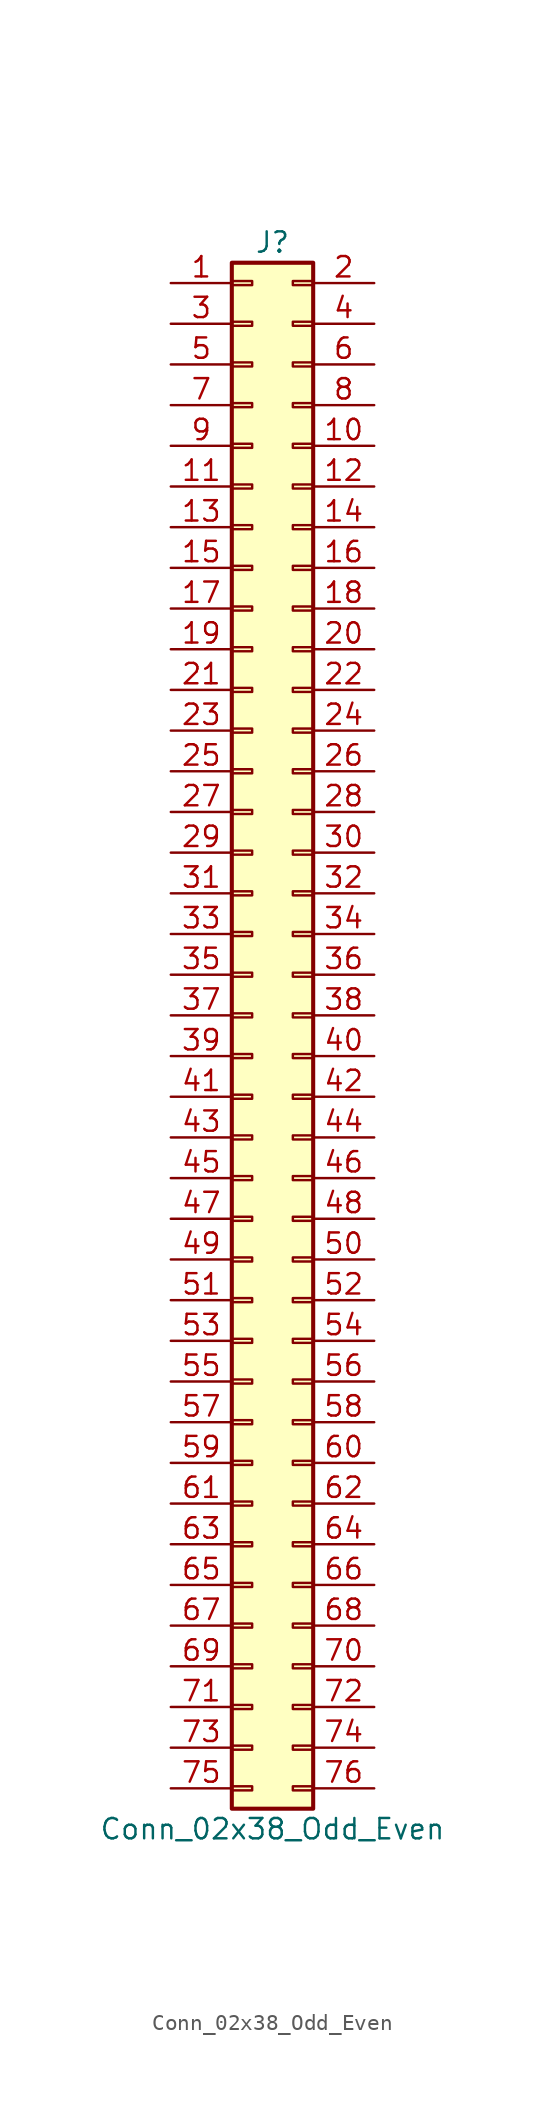
<source format=kicad_sym>
(kicad_symbol_lib
  (version 20201005)
  (generator kicad_symbol_editor)
  (symbol "Conn_02x38_Odd_Even"
    (pin_names
      (offset 1.016) hide)
    (property "Reference" "J"
      (at 1.27 48.26 0)
      (effects (font (size 1.27 1.27))))
    (property "Value" "Conn_02x38_Odd_Even"
      (at 1.27 -50.8 0)
      (effects (font (size 1.27 1.27))))
    (symbol "Conn_02x38_Odd_Even_1_1"
      (rectangle (start -1.27 -48.133) (end 0 -48.387) (stroke (width 0.152)) (fill (type none)))
      (rectangle (start -1.27 -45.593) (end 0 -45.847) (stroke (width 0.152)) (fill (type none)))
      (rectangle (start -1.27 -43.053) (end 0 -43.307) (stroke (width 0.152)) (fill (type none)))
      (rectangle (start -1.27 -40.513) (end 0 -40.767) (stroke (width 0.152)) (fill (type none)))
      (rectangle (start -1.27 -37.973) (end 0 -38.227) (stroke (width 0.152)) (fill (type none)))
      (rectangle (start -1.27 -35.433) (end 0 -35.687) (stroke (width 0.152)) (fill (type none)))
      (rectangle (start -1.27 -32.893) (end 0 -33.147) (stroke (width 0.152)) (fill (type none)))
      (rectangle (start -1.27 -30.353) (end 0 -30.607) (stroke (width 0.152)) (fill (type none)))
      (rectangle (start -1.27 -27.813) (end 0 -28.067) (stroke (width 0.152)) (fill (type none)))
      (rectangle (start -1.27 -25.273) (end 0 -25.527) (stroke (width 0.152)) (fill (type none)))
      (rectangle (start -1.27 -22.733) (end 0 -22.987) (stroke (width 0.152)) (fill (type none)))
      (rectangle (start -1.27 -20.193) (end 0 -20.447) (stroke (width 0.152)) (fill (type none)))
      (rectangle (start -1.27 -17.653) (end 0 -17.907) (stroke (width 0.152)) (fill (type none)))
      (rectangle (start -1.27 -15.113) (end 0 -15.367) (stroke (width 0.152)) (fill (type none)))
      (rectangle (start -1.27 -12.573) (end 0 -12.827) (stroke (width 0.152)) (fill (type none)))
      (rectangle (start -1.27 -10.033) (end 0 -10.287) (stroke (width 0.152)) (fill (type none)))
      (rectangle (start -1.27 -7.493) (end 0 -7.747) (stroke (width 0.152)) (fill (type none)))
      (rectangle (start -1.27 -4.953) (end 0 -5.207) (stroke (width 0.152)) (fill (type none)))
      (rectangle (start -1.27 -2.413) (end 0 -2.667) (stroke (width 0.152)) (fill (type none)))
      (rectangle (start -1.27 0.127) (end 0 -0.127) (stroke (width 0.152)) (fill (type none)))
      (rectangle (start -1.27 2.667) (end 0 2.413) (stroke (width 0.152)) (fill (type none)))
      (rectangle (start -1.27 5.207) (end 0 4.953) (stroke (width 0.152)) (fill (type none)))
      (rectangle (start -1.27 7.747) (end 0 7.493) (stroke (width 0.152)) (fill (type none)))
      (rectangle (start -1.27 10.287) (end 0 10.033) (stroke (width 0.152)) (fill (type none)))
      (rectangle (start -1.27 12.827) (end 0 12.573) (stroke (width 0.152)) (fill (type none)))
      (rectangle (start -1.27 15.367) (end 0 15.113) (stroke (width 0.152)) (fill (type none)))
      (rectangle (start -1.27 17.907) (end 0 17.653) (stroke (width 0.152)) (fill (type none)))
      (rectangle (start -1.27 20.447) (end 0 20.193) (stroke (width 0.152)) (fill (type none)))
      (rectangle (start -1.27 22.987) (end 0 22.733) (stroke (width 0.152)) (fill (type none)))
      (rectangle (start -1.27 25.527) (end 0 25.273) (stroke (width 0.152)) (fill (type none)))
      (rectangle (start -1.27 28.067) (end 0 27.813) (stroke (width 0.152)) (fill (type none)))
      (rectangle (start -1.27 30.607) (end 0 30.353) (stroke (width 0.152)) (fill (type none)))
      (rectangle (start -1.27 33.147) (end 0 32.893) (stroke (width 0.152)) (fill (type none)))
      (rectangle (start -1.27 35.687) (end 0 35.433) (stroke (width 0.152)) (fill (type none)))
      (rectangle (start -1.27 38.227) (end 0 37.973) (stroke (width 0.152)) (fill (type none)))
      (rectangle (start -1.27 40.767) (end 0 40.513) (stroke (width 0.152)) (fill (type none)))
      (rectangle (start -1.27 43.307) (end 0 43.053) (stroke (width 0.152)) (fill (type none)))
      (rectangle (start -1.27 45.847) (end 0 45.593) (stroke (width 0.152)) (fill (type none)))
      (rectangle (start -1.27 46.99) (end 3.81 -49.53) (stroke (width 0.254)) (fill (type background)))
      (rectangle (start 3.81 -48.133) (end 2.54 -48.387) (stroke (width 0.152)) (fill (type none)))
      (rectangle (start 3.81 -45.593) (end 2.54 -45.847) (stroke (width 0.152)) (fill (type none)))
      (rectangle (start 3.81 -43.053) (end 2.54 -43.307) (stroke (width 0.152)) (fill (type none)))
      (rectangle (start 3.81 -40.513) (end 2.54 -40.767) (stroke (width 0.152)) (fill (type none)))
      (rectangle (start 3.81 -37.973) (end 2.54 -38.227) (stroke (width 0.152)) (fill (type none)))
      (rectangle (start 3.81 -35.433) (end 2.54 -35.687) (stroke (width 0.152)) (fill (type none)))
      (rectangle (start 3.81 -32.893) (end 2.54 -33.147) (stroke (width 0.152)) (fill (type none)))
      (rectangle (start 3.81 -30.353) (end 2.54 -30.607) (stroke (width 0.152)) (fill (type none)))
      (rectangle (start 3.81 -27.813) (end 2.54 -28.067) (stroke (width 0.152)) (fill (type none)))
      (rectangle (start 3.81 -25.273) (end 2.54 -25.527) (stroke (width 0.152)) (fill (type none)))
      (rectangle (start 3.81 -22.733) (end 2.54 -22.987) (stroke (width 0.152)) (fill (type none)))
      (rectangle (start 3.81 -20.193) (end 2.54 -20.447) (stroke (width 0.152)) (fill (type none)))
      (rectangle (start 3.81 -17.653) (end 2.54 -17.907) (stroke (width 0.152)) (fill (type none)))
      (rectangle (start 3.81 -15.113) (end 2.54 -15.367) (stroke (width 0.152)) (fill (type none)))
      (rectangle (start 3.81 -12.573) (end 2.54 -12.827) (stroke (width 0.152)) (fill (type none)))
      (rectangle (start 3.81 -10.033) (end 2.54 -10.287) (stroke (width 0.152)) (fill (type none)))
      (rectangle (start 3.81 -7.493) (end 2.54 -7.747) (stroke (width 0.152)) (fill (type none)))
      (rectangle (start 3.81 -4.953) (end 2.54 -5.207) (stroke (width 0.152)) (fill (type none)))
      (rectangle (start 3.81 -2.413) (end 2.54 -2.667) (stroke (width 0.152)) (fill (type none)))
      (rectangle (start 3.81 0.127) (end 2.54 -0.127) (stroke (width 0.152)) (fill (type none)))
      (rectangle (start 3.81 2.667) (end 2.54 2.413) (stroke (width 0.152)) (fill (type none)))
      (rectangle (start 3.81 5.207) (end 2.54 4.953) (stroke (width 0.152)) (fill (type none)))
      (rectangle (start 3.81 7.747) (end 2.54 7.493) (stroke (width 0.152)) (fill (type none)))
      (rectangle (start 3.81 10.287) (end 2.54 10.033) (stroke (width 0.152)) (fill (type none)))
      (rectangle (start 3.81 12.827) (end 2.54 12.573) (stroke (width 0.152)) (fill (type none)))
      (rectangle (start 3.81 15.367) (end 2.54 15.113) (stroke (width 0.152)) (fill (type none)))
      (rectangle (start 3.81 17.907) (end 2.54 17.653) (stroke (width 0.152)) (fill (type none)))
      (rectangle (start 3.81 20.447) (end 2.54 20.193) (stroke (width 0.152)) (fill (type none)))
      (rectangle (start 3.81 22.987) (end 2.54 22.733) (stroke (width 0.152)) (fill (type none)))
      (rectangle (start 3.81 25.527) (end 2.54 25.273) (stroke (width 0.152)) (fill (type none)))
      (rectangle (start 3.81 28.067) (end 2.54 27.813) (stroke (width 0.152)) (fill (type none)))
      (rectangle (start 3.81 30.607) (end 2.54 30.353) (stroke (width 0.152)) (fill (type none)))
      (rectangle (start 3.81 33.147) (end 2.54 32.893) (stroke (width 0.152)) (fill (type none)))
      (rectangle (start 3.81 35.687) (end 2.54 35.433) (stroke (width 0.152)) (fill (type none)))
      (rectangle (start 3.81 38.227) (end 2.54 37.973) (stroke (width 0.152)) (fill (type none)))
      (rectangle (start 3.81 40.767) (end 2.54 40.513) (stroke (width 0.152)) (fill (type none)))
      (rectangle (start 3.81 43.307) (end 2.54 43.053) (stroke (width 0.152)) (fill (type none)))
      (rectangle (start 3.81 45.847) (end 2.54 45.593) (stroke (width 0.152)) (fill (type none)))
      (pin passive line (at -5.08 45.72 0) (length 3.81) (name "Pin_1" (effects (font (size 1.27 1.27)))) (number "1" (effects (font (size 1.27 1.27)))))
      (pin passive line (at 7.62 35.56 180) (length 3.81) (name "Pin_10" (effects (font (size 1.27 1.27)))) (number "10" (effects (font (size 1.27 1.27)))))
      (pin passive line (at -5.08 33.02 0) (length 3.81) (name "Pin_11" (effects (font (size 1.27 1.27)))) (number "11" (effects (font (size 1.27 1.27)))))
      (pin passive line (at 7.62 33.02 180) (length 3.81) (name "Pin_12" (effects (font (size 1.27 1.27)))) (number "12" (effects (font (size 1.27 1.27)))))
      (pin passive line (at -5.08 30.48 0) (length 3.81) (name "Pin_13" (effects (font (size 1.27 1.27)))) (number "13" (effects (font (size 1.27 1.27)))))
      (pin passive line (at 7.62 30.48 180) (length 3.81) (name "Pin_14" (effects (font (size 1.27 1.27)))) (number "14" (effects (font (size 1.27 1.27)))))
      (pin passive line (at -5.08 27.94 0) (length 3.81) (name "Pin_15" (effects (font (size 1.27 1.27)))) (number "15" (effects (font (size 1.27 1.27)))))
      (pin passive line (at 7.62 27.94 180) (length 3.81) (name "Pin_16" (effects (font (size 1.27 1.27)))) (number "16" (effects (font (size 1.27 1.27)))))
      (pin passive line (at -5.08 25.4 0) (length 3.81) (name "Pin_17" (effects (font (size 1.27 1.27)))) (number "17" (effects (font (size 1.27 1.27)))))
      (pin passive line (at 7.62 25.4 180) (length 3.81) (name "Pin_18" (effects (font (size 1.27 1.27)))) (number "18" (effects (font (size 1.27 1.27)))))
      (pin passive line (at -5.08 22.86 0) (length 3.81) (name "Pin_19" (effects (font (size 1.27 1.27)))) (number "19" (effects (font (size 1.27 1.27)))))
      (pin passive line (at 7.62 45.72 180) (length 3.81) (name "Pin_2" (effects (font (size 1.27 1.27)))) (number "2" (effects (font (size 1.27 1.27)))))
      (pin passive line (at 7.62 22.86 180) (length 3.81) (name "Pin_20" (effects (font (size 1.27 1.27)))) (number "20" (effects (font (size 1.27 1.27)))))
      (pin passive line (at -5.08 20.32 0) (length 3.81) (name "Pin_21" (effects (font (size 1.27 1.27)))) (number "21" (effects (font (size 1.27 1.27)))))
      (pin passive line (at 7.62 20.32 180) (length 3.81) (name "Pin_22" (effects (font (size 1.27 1.27)))) (number "22" (effects (font (size 1.27 1.27)))))
      (pin passive line (at -5.08 17.78 0) (length 3.81) (name "Pin_23" (effects (font (size 1.27 1.27)))) (number "23" (effects (font (size 1.27 1.27)))))
      (pin passive line (at 7.62 17.78 180) (length 3.81) (name "Pin_24" (effects (font (size 1.27 1.27)))) (number "24" (effects (font (size 1.27 1.27)))))
      (pin passive line (at -5.08 15.24 0) (length 3.81) (name "Pin_25" (effects (font (size 1.27 1.27)))) (number "25" (effects (font (size 1.27 1.27)))))
      (pin passive line (at 7.62 15.24 180) (length 3.81) (name "Pin_26" (effects (font (size 1.27 1.27)))) (number "26" (effects (font (size 1.27 1.27)))))
      (pin passive line (at -5.08 12.7 0) (length 3.81) (name "Pin_27" (effects (font (size 1.27 1.27)))) (number "27" (effects (font (size 1.27 1.27)))))
      (pin passive line (at 7.62 12.7 180) (length 3.81) (name "Pin_28" (effects (font (size 1.27 1.27)))) (number "28" (effects (font (size 1.27 1.27)))))
      (pin passive line (at -5.08 10.16 0) (length 3.81) (name "Pin_29" (effects (font (size 1.27 1.27)))) (number "29" (effects (font (size 1.27 1.27)))))
      (pin passive line (at -5.08 43.18 0) (length 3.81) (name "Pin_3" (effects (font (size 1.27 1.27)))) (number "3" (effects (font (size 1.27 1.27)))))
      (pin passive line (at 7.62 10.16 180) (length 3.81) (name "Pin_30" (effects (font (size 1.27 1.27)))) (number "30" (effects (font (size 1.27 1.27)))))
      (pin passive line (at -5.08 7.62 0) (length 3.81) (name "Pin_31" (effects (font (size 1.27 1.27)))) (number "31" (effects (font (size 1.27 1.27)))))
      (pin passive line (at 7.62 7.62 180) (length 3.81) (name "Pin_32" (effects (font (size 1.27 1.27)))) (number "32" (effects (font (size 1.27 1.27)))))
      (pin passive line (at -5.08 5.08 0) (length 3.81) (name "Pin_33" (effects (font (size 1.27 1.27)))) (number "33" (effects (font (size 1.27 1.27)))))
      (pin passive line (at 7.62 5.08 180) (length 3.81) (name "Pin_34" (effects (font (size 1.27 1.27)))) (number "34" (effects (font (size 1.27 1.27)))))
      (pin passive line (at -5.08 2.54 0) (length 3.81) (name "Pin_35" (effects (font (size 1.27 1.27)))) (number "35" (effects (font (size 1.27 1.27)))))
      (pin passive line (at 7.62 2.54 180) (length 3.81) (name "Pin_36" (effects (font (size 1.27 1.27)))) (number "36" (effects (font (size 1.27 1.27)))))
      (pin passive line (at -5.08 0 0) (length 3.81) (name "Pin_37" (effects (font (size 1.27 1.27)))) (number "37" (effects (font (size 1.27 1.27)))))
      (pin passive line (at 7.62 0 180) (length 3.81) (name "Pin_38" (effects (font (size 1.27 1.27)))) (number "38" (effects (font (size 1.27 1.27)))))
      (pin passive line (at -5.08 -2.54 0) (length 3.81) (name "Pin_39" (effects (font (size 1.27 1.27)))) (number "39" (effects (font (size 1.27 1.27)))))
      (pin passive line (at 7.62 43.18 180) (length 3.81) (name "Pin_4" (effects (font (size 1.27 1.27)))) (number "4" (effects (font (size 1.27 1.27)))))
      (pin passive line (at 7.62 -2.54 180) (length 3.81) (name "Pin_40" (effects (font (size 1.27 1.27)))) (number "40" (effects (font (size 1.27 1.27)))))
      (pin passive line (at -5.08 -5.08 0) (length 3.81) (name "Pin_41" (effects (font (size 1.27 1.27)))) (number "41" (effects (font (size 1.27 1.27)))))
      (pin passive line (at 7.62 -5.08 180) (length 3.81) (name "Pin_42" (effects (font (size 1.27 1.27)))) (number "42" (effects (font (size 1.27 1.27)))))
      (pin passive line (at -5.08 -7.62 0) (length 3.81) (name "Pin_43" (effects (font (size 1.27 1.27)))) (number "43" (effects (font (size 1.27 1.27)))))
      (pin passive line (at 7.62 -7.62 180) (length 3.81) (name "Pin_44" (effects (font (size 1.27 1.27)))) (number "44" (effects (font (size 1.27 1.27)))))
      (pin passive line (at -5.08 -10.16 0) (length 3.81) (name "Pin_45" (effects (font (size 1.27 1.27)))) (number "45" (effects (font (size 1.27 1.27)))))
      (pin passive line (at 7.62 -10.16 180) (length 3.81) (name "Pin_46" (effects (font (size 1.27 1.27)))) (number "46" (effects (font (size 1.27 1.27)))))
      (pin passive line (at -5.08 -12.7 0) (length 3.81) (name "Pin_47" (effects (font (size 1.27 1.27)))) (number "47" (effects (font (size 1.27 1.27)))))
      (pin passive line (at 7.62 -12.7 180) (length 3.81) (name "Pin_48" (effects (font (size 1.27 1.27)))) (number "48" (effects (font (size 1.27 1.27)))))
      (pin passive line (at -5.08 -15.24 0) (length 3.81) (name "Pin_49" (effects (font (size 1.27 1.27)))) (number "49" (effects (font (size 1.27 1.27)))))
      (pin passive line (at -5.08 40.64 0) (length 3.81) (name "Pin_5" (effects (font (size 1.27 1.27)))) (number "5" (effects (font (size 1.27 1.27)))))
      (pin passive line (at 7.62 -15.24 180) (length 3.81) (name "Pin_50" (effects (font (size 1.27 1.27)))) (number "50" (effects (font (size 1.27 1.27)))))
      (pin passive line (at -5.08 -17.78 0) (length 3.81) (name "Pin_51" (effects (font (size 1.27 1.27)))) (number "51" (effects (font (size 1.27 1.27)))))
      (pin passive line (at 7.62 -17.78 180) (length 3.81) (name "Pin_52" (effects (font (size 1.27 1.27)))) (number "52" (effects (font (size 1.27 1.27)))))
      (pin passive line (at -5.08 -20.32 0) (length 3.81) (name "Pin_53" (effects (font (size 1.27 1.27)))) (number "53" (effects (font (size 1.27 1.27)))))
      (pin passive line (at 7.62 -20.32 180) (length 3.81) (name "Pin_54" (effects (font (size 1.27 1.27)))) (number "54" (effects (font (size 1.27 1.27)))))
      (pin passive line (at -5.08 -22.86 0) (length 3.81) (name "Pin_55" (effects (font (size 1.27 1.27)))) (number "55" (effects (font (size 1.27 1.27)))))
      (pin passive line (at 7.62 -22.86 180) (length 3.81) (name "Pin_56" (effects (font (size 1.27 1.27)))) (number "56" (effects (font (size 1.27 1.27)))))
      (pin passive line (at -5.08 -25.4 0) (length 3.81) (name "Pin_57" (effects (font (size 1.27 1.27)))) (number "57" (effects (font (size 1.27 1.27)))))
      (pin passive line (at 7.62 -25.4 180) (length 3.81) (name "Pin_58" (effects (font (size 1.27 1.27)))) (number "58" (effects (font (size 1.27 1.27)))))
      (pin passive line (at -5.08 -27.94 0) (length 3.81) (name "Pin_59" (effects (font (size 1.27 1.27)))) (number "59" (effects (font (size 1.27 1.27)))))
      (pin passive line (at 7.62 40.64 180) (length 3.81) (name "Pin_6" (effects (font (size 1.27 1.27)))) (number "6" (effects (font (size 1.27 1.27)))))
      (pin passive line (at 7.62 -27.94 180) (length 3.81) (name "Pin_60" (effects (font (size 1.27 1.27)))) (number "60" (effects (font (size 1.27 1.27)))))
      (pin passive line (at -5.08 -30.48 0) (length 3.81) (name "Pin_61" (effects (font (size 1.27 1.27)))) (number "61" (effects (font (size 1.27 1.27)))))
      (pin passive line (at 7.62 -30.48 180) (length 3.81) (name "Pin_62" (effects (font (size 1.27 1.27)))) (number "62" (effects (font (size 1.27 1.27)))))
      (pin passive line (at -5.08 -33.02 0) (length 3.81) (name "Pin_63" (effects (font (size 1.27 1.27)))) (number "63" (effects (font (size 1.27 1.27)))))
      (pin passive line (at 7.62 -33.02 180) (length 3.81) (name "Pin_64" (effects (font (size 1.27 1.27)))) (number "64" (effects (font (size 1.27 1.27)))))
      (pin passive line (at -5.08 -35.56 0) (length 3.81) (name "Pin_65" (effects (font (size 1.27 1.27)))) (number "65" (effects (font (size 1.27 1.27)))))
      (pin passive line (at 7.62 -35.56 180) (length 3.81) (name "Pin_66" (effects (font (size 1.27 1.27)))) (number "66" (effects (font (size 1.27 1.27)))))
      (pin passive line (at -5.08 -38.1 0) (length 3.81) (name "Pin_67" (effects (font (size 1.27 1.27)))) (number "67" (effects (font (size 1.27 1.27)))))
      (pin passive line (at 7.62 -38.1 180) (length 3.81) (name "Pin_68" (effects (font (size 1.27 1.27)))) (number "68" (effects (font (size 1.27 1.27)))))
      (pin passive line (at -5.08 -40.64 0) (length 3.81) (name "Pin_69" (effects (font (size 1.27 1.27)))) (number "69" (effects (font (size 1.27 1.27)))))
      (pin passive line (at -5.08 38.1 0) (length 3.81) (name "Pin_7" (effects (font (size 1.27 1.27)))) (number "7" (effects (font (size 1.27 1.27)))))
      (pin passive line (at 7.62 -40.64 180) (length 3.81) (name "Pin_70" (effects (font (size 1.27 1.27)))) (number "70" (effects (font (size 1.27 1.27)))))
      (pin passive line (at -5.08 -43.18 0) (length 3.81) (name "Pin_71" (effects (font (size 1.27 1.27)))) (number "71" (effects (font (size 1.27 1.27)))))
      (pin passive line (at 7.62 -43.18 180) (length 3.81) (name "Pin_72" (effects (font (size 1.27 1.27)))) (number "72" (effects (font (size 1.27 1.27)))))
      (pin passive line (at -5.08 -45.72 0) (length 3.81) (name "Pin_73" (effects (font (size 1.27 1.27)))) (number "73" (effects (font (size 1.27 1.27)))))
      (pin passive line (at 7.62 -45.72 180) (length 3.81) (name "Pin_74" (effects (font (size 1.27 1.27)))) (number "74" (effects (font (size 1.27 1.27)))))
      (pin passive line (at -5.08 -48.26 0) (length 3.81) (name "Pin_75" (effects (font (size 1.27 1.27)))) (number "75" (effects (font (size 1.27 1.27)))))
      (pin passive line (at 7.62 -48.26 180) (length 3.81) (name "Pin_76" (effects (font (size 1.27 1.27)))) (number "76" (effects (font (size 1.27 1.27)))))
      (pin passive line (at 7.62 38.1 180) (length 3.81) (name "Pin_8" (effects (font (size 1.27 1.27)))) (number "8" (effects (font (size 1.27 1.27)))))
      (pin passive line (at -5.08 35.56 0) (length 3.81) (name "Pin_9" (effects (font (size 1.27 1.27)))) (number "9" (effects (font (size 1.27 1.27))))))))
</source>
